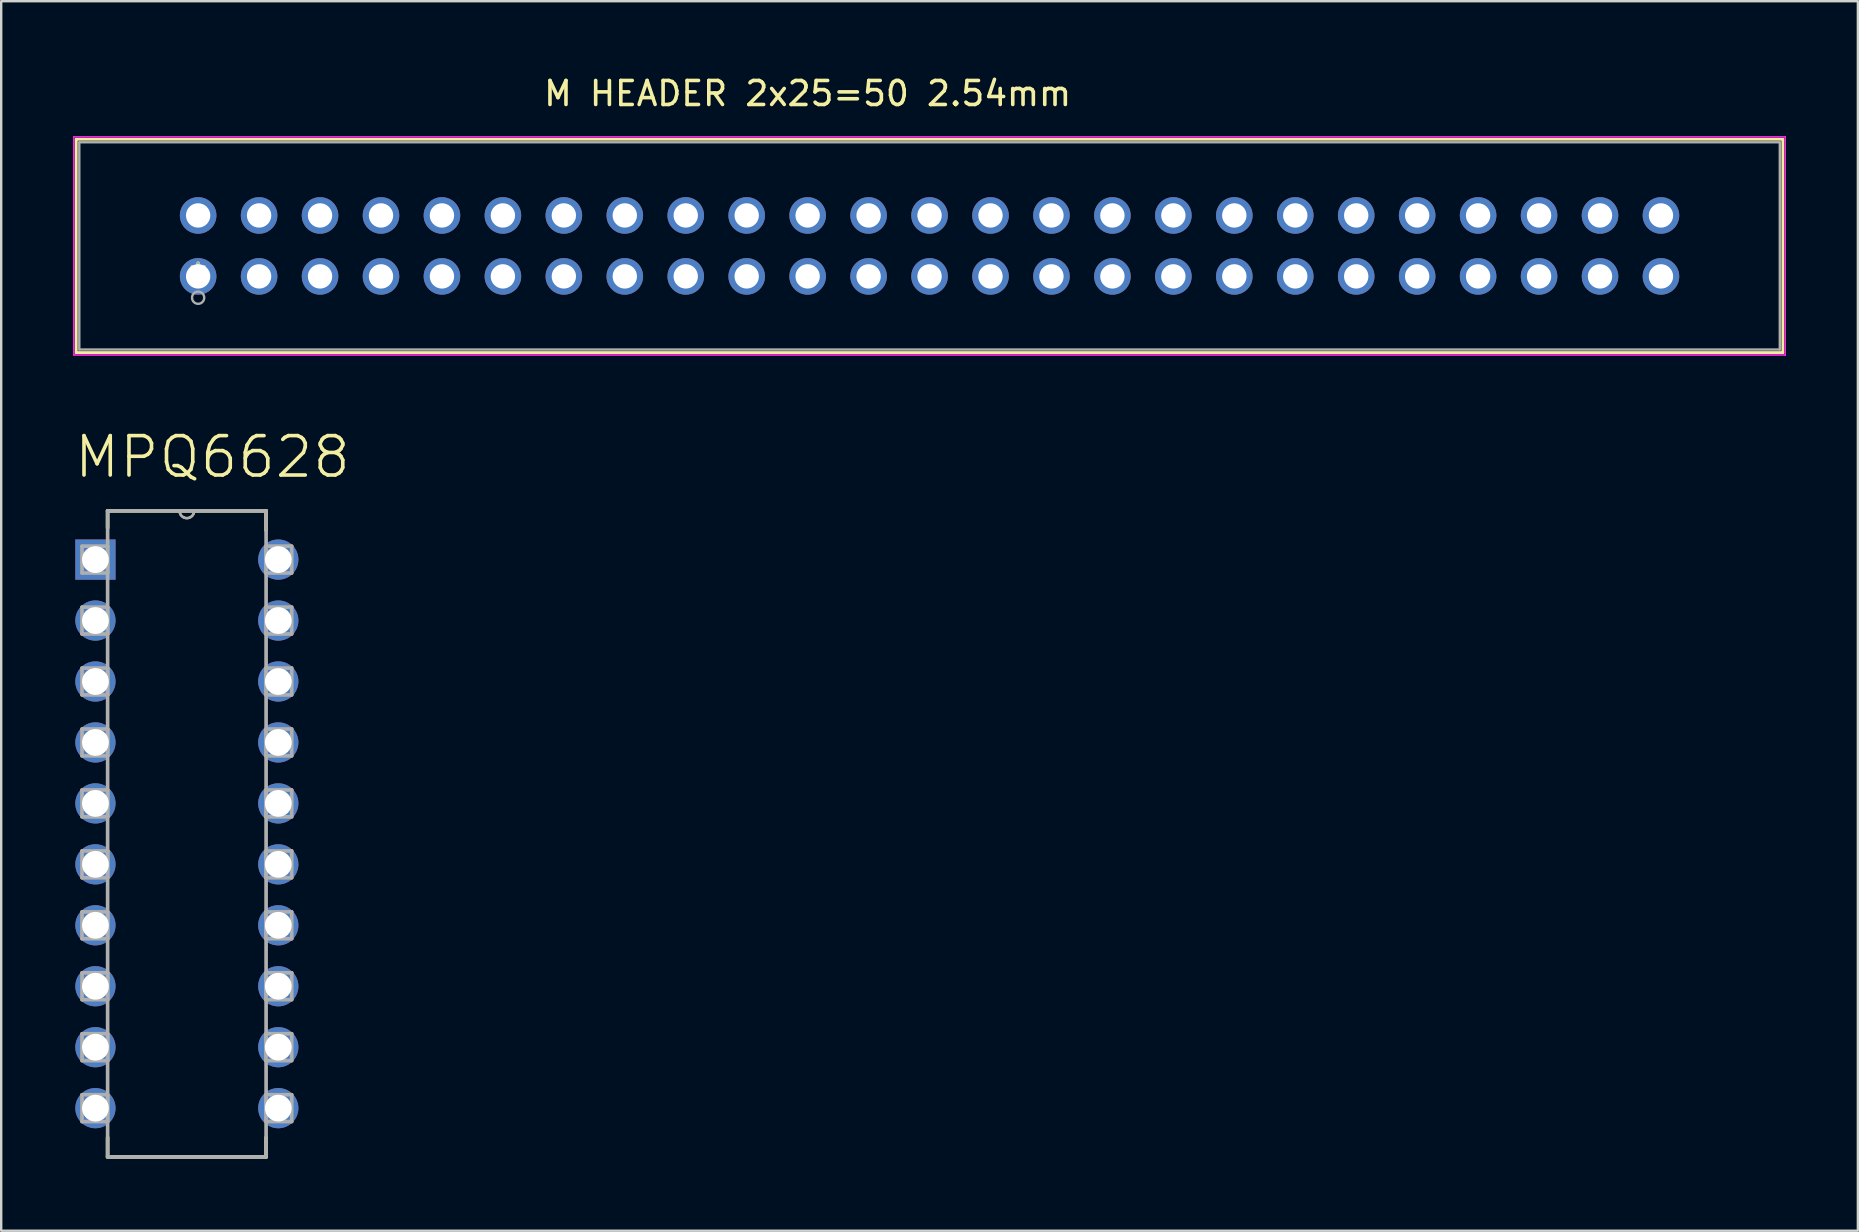
<source format=kicad_pcb>
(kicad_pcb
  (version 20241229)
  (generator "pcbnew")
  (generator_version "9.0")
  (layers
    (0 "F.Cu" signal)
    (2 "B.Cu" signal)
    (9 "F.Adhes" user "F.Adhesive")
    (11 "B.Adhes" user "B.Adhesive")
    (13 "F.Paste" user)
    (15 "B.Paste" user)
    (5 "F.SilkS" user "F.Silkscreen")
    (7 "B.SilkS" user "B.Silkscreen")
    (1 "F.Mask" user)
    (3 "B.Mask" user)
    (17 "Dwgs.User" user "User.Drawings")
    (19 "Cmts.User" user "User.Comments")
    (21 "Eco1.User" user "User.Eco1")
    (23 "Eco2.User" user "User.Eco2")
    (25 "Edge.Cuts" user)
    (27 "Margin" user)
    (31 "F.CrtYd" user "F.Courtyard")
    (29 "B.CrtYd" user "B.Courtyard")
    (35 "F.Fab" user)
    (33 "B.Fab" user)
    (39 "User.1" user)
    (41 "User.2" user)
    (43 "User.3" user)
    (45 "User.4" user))
  (footprint "M HEADER 2x25=50 2.54mm"
    (layer "F.Cu")
    (at 5.207 8.468)
    (property "Reference" "M HEADER 2x25=50 2.54mm" (at 25.4 -7.62 0) (layer "F.SilkS") (effects (font (size 1 1) (thickness 0.15))))
    (attr through_hole)
    (fp_line (start -5.08 -5.715) (end -5.08 3.175) (stroke (width 0.12) (type solid)) (layer "F.SilkS"))
    (fp_line (start -5.08 3.175) (end 66.04 3.175) (stroke (width 0.12) (type solid)) (layer "F.SilkS"))
    (fp_line (start 66.04 -5.715) (end -5.08 -5.715) (stroke (width 0.12) (type solid)) (layer "F.SilkS"))
    (fp_line (start 66.04 3.175) (end 66.04 -5.715) (stroke (width 0.12) (type solid)) (layer "F.SilkS"))
    (fp_line (start -5.182 -5.817) (end -5.182 3.277) (stroke (width 0.05) (type solid)) (layer "F.CrtYd"))
    (fp_line (start -5.182 -5.817) (end -5.182 3.277) (stroke (width 0.05) (type solid)) (layer "F.CrtYd"))
    (fp_line (start -5.182 3.277) (end 66.142 3.277) (stroke (width 0.05) (type solid)) (layer "F.CrtYd"))
    (fp_line (start -5.182 3.277) (end 66.142 3.277) (stroke (width 0.05) (type solid)) (layer "F.CrtYd"))
    (fp_line (start 66.142 -5.817) (end -5.182 -5.817) (stroke (width 0.05) (type solid)) (layer "F.CrtYd"))
    (fp_line (start 66.142 -5.817) (end -5.182 -5.817) (stroke (width 0.05) (type solid)) (layer "F.CrtYd"))
    (fp_line (start 66.142 3.277) (end 66.142 -5.817) (stroke (width 0.05) (type solid)) (layer "F.CrtYd"))
    (fp_line (start 66.142 3.277) (end 66.142 -5.817) (stroke (width 0.05) (type solid)) (layer "F.CrtYd"))
    (fp_line (start -4.953 -5.588) (end -4.953 3.048) (stroke (width 0.1) (type solid)) (layer "F.Fab"))
    (fp_line (start -4.953 3.048) (end 65.913 3.048) (stroke (width 0.1) (type solid)) (layer "F.Fab"))
    (fp_line (start 65.913 -5.588) (end -4.953 -5.588) (stroke (width 0.1) (type solid)) (layer "F.Fab"))
    (fp_line (start 65.913 3.048) (end 65.913 -5.588) (stroke (width 0.1) (type solid)) (layer "F.Fab"))
    (fp_circle (center 0 0.889) (end 0.254 0.889) (stroke (width 0.1) (type solid)) (fill no) (layer "F.Fab"))
    (fp_text user "*" (at 0 0 0) (layer "F.SilkS") (effects (font (size 1 1) (thickness 0.15))))
    (fp_text user "*" (at 0 0 0) (layer "F.Fab") (effects (font (size 1 1) (thickness 0.15))))
    (pad "1" thru_hole circle (at 0 0) (size 1.524 1.524) (drill 1.016) (layers "*.Cu" "*.Mask"))
    (pad "2" thru_hole circle (at 0 -2.54) (size 1.524 1.524) (drill 1.016) (layers "*.Cu" "*.Mask"))
    (pad "3" thru_hole circle (at 2.54 0) (size 1.524 1.524) (drill 1.016) (layers "*.Cu" "*.Mask"))
    (pad "4" thru_hole circle (at 2.54 -2.54) (size 1.524 1.524) (drill 1.016) (layers "*.Cu" "*.Mask"))
    (pad "5" thru_hole circle (at 5.08 0) (size 1.524 1.524) (drill 1.016) (layers "*.Cu" "*.Mask"))
    (pad "6" thru_hole circle (at 5.08 -2.54) (size 1.524 1.524) (drill 1.016) (layers "*.Cu" "*.Mask"))
    (pad "7" thru_hole circle (at 7.62 0) (size 1.524 1.524) (drill 1.016) (layers "*.Cu" "*.Mask"))
    (pad "8" thru_hole circle (at 7.62 -2.54) (size 1.524 1.524) (drill 1.016) (layers "*.Cu" "*.Mask"))
    (pad "9" thru_hole circle (at 10.16 0) (size 1.524 1.524) (drill 1.016) (layers "*.Cu" "*.Mask"))
    (pad "10" thru_hole circle (at 10.16 -2.54) (size 1.524 1.524) (drill 1.016) (layers "*.Cu" "*.Mask"))
    (pad "11" thru_hole circle (at 12.7 0) (size 1.524 1.524) (drill 1.016) (layers "*.Cu" "*.Mask"))
    (pad "12" thru_hole circle (at 12.7 -2.54) (size 1.524 1.524) (drill 1.016) (layers "*.Cu" "*.Mask"))
    (pad "13" thru_hole circle (at 15.24 0) (size 1.524 1.524) (drill 1.016) (layers "*.Cu" "*.Mask"))
    (pad "14" thru_hole circle (at 15.24 -2.54) (size 1.524 1.524) (drill 1.016) (layers "*.Cu" "*.Mask"))
    (pad "15" thru_hole circle (at 17.78 0) (size 1.524 1.524) (drill 1.016) (layers "*.Cu" "*.Mask"))
    (pad "16" thru_hole circle (at 17.78 -2.54) (size 1.524 1.524) (drill 1.016) (layers "*.Cu" "*.Mask"))
    (pad "17" thru_hole circle (at 20.32 0) (size 1.524 1.524) (drill 1.016) (layers "*.Cu" "*.Mask"))
    (pad "18" thru_hole circle (at 20.32 -2.54) (size 1.524 1.524) (drill 1.016) (layers "*.Cu" "*.Mask"))
    (pad "19" thru_hole circle (at 22.86 0) (size 1.524 1.524) (drill 1.016) (layers "*.Cu" "*.Mask"))
    (pad "20" thru_hole circle (at 22.86 -2.54) (size 1.524 1.524) (drill 1.016) (layers "*.Cu" "*.Mask"))
    (pad "21" thru_hole circle (at 25.4 0) (size 1.524 1.524) (drill 1.016) (layers "*.Cu" "*.Mask"))
    (pad "22" thru_hole circle (at 25.4 -2.54) (size 1.524 1.524) (drill 1.016) (layers "*.Cu" "*.Mask"))
    (pad "23" thru_hole circle (at 27.94 0) (size 1.524 1.524) (drill 1.016) (layers "*.Cu" "*.Mask"))
    (pad "24" thru_hole circle (at 27.94 -2.54) (size 1.524 1.524) (drill 1.016) (layers "*.Cu" "*.Mask"))
    (pad "25" thru_hole circle (at 30.48 0) (size 1.524 1.524) (drill 1.016) (layers "*.Cu" "*.Mask"))
    (pad "26" thru_hole circle (at 30.48 -2.54) (size 1.524 1.524) (drill 1.016) (layers "*.Cu" "*.Mask"))
    (pad "27" thru_hole circle (at 33.02 0) (size 1.524 1.524) (drill 1.016) (layers "*.Cu" "*.Mask"))
    (pad "28" thru_hole circle (at 33.02 -2.54) (size 1.524 1.524) (drill 1.016) (layers "*.Cu" "*.Mask"))
    (pad "29" thru_hole circle (at 35.56 0) (size 1.524 1.524) (drill 1.016) (layers "*.Cu" "*.Mask"))
    (pad "30" thru_hole circle (at 35.56 -2.54) (size 1.524 1.524) (drill 1.016) (layers "*.Cu" "*.Mask"))
    (pad "31" thru_hole circle (at 38.1 0) (size 1.524 1.524) (drill 1.016) (layers "*.Cu" "*.Mask"))
    (pad "32" thru_hole circle (at 38.1 -2.54) (size 1.524 1.524) (drill 1.016) (layers "*.Cu" "*.Mask"))
    (pad "33" thru_hole circle (at 40.64 0) (size 1.524 1.524) (drill 1.016) (layers "*.Cu" "*.Mask"))
    (pad "34" thru_hole circle (at 40.64 -2.54) (size 1.524 1.524) (drill 1.016) (layers "*.Cu" "*.Mask"))
    (pad "35" thru_hole circle (at 43.18 0) (size 1.524 1.524) (drill 1.016) (layers "*.Cu" "*.Mask"))
    (pad "36" thru_hole circle (at 43.18 -2.54) (size 1.524 1.524) (drill 1.016) (layers "*.Cu" "*.Mask"))
    (pad "37" thru_hole circle (at 45.72 0) (size 1.524 1.524) (drill 1.016) (layers "*.Cu" "*.Mask"))
    (pad "38" thru_hole circle (at 45.72 -2.54) (size 1.524 1.524) (drill 1.016) (layers "*.Cu" "*.Mask"))
    (pad "39" thru_hole circle (at 48.26 0) (size 1.524 1.524) (drill 1.016) (layers "*.Cu" "*.Mask"))
    (pad "40" thru_hole circle (at 48.26 -2.54) (size 1.524 1.524) (drill 1.016) (layers "*.Cu" "*.Mask"))
    (pad "41" thru_hole circle (at 50.8 0) (size 1.524 1.524) (drill 1.016) (layers "*.Cu" "*.Mask"))
    (pad "42" thru_hole circle (at 50.8 -2.54) (size 1.524 1.524) (drill 1.016) (layers "*.Cu" "*.Mask"))
    (pad "43" thru_hole circle (at 53.34 0) (size 1.524 1.524) (drill 1.016) (layers "*.Cu" "*.Mask"))
    (pad "44" thru_hole circle (at 53.34 -2.54) (size 1.524 1.524) (drill 1.016) (layers "*.Cu" "*.Mask"))
    (pad "45" thru_hole circle (at 55.88 0) (size 1.524 1.524) (drill 1.016) (layers "*.Cu" "*.Mask"))
    (pad "46" thru_hole circle (at 55.88 -2.54) (size 1.524 1.524) (drill 1.016) (layers "*.Cu" "*.Mask"))
    (pad "47" thru_hole circle (at 58.42 0) (size 1.524 1.524) (drill 1.016) (layers "*.Cu" "*.Mask"))
    (pad "48" thru_hole circle (at 58.42 -2.54) (size 1.524 1.524) (drill 1.016) (layers "*.Cu" "*.Mask"))
    (pad "49" thru_hole circle (at 60.96 0) (size 1.524 1.524) (drill 1.016) (layers "*.Cu" "*.Mask"))
    (pad "50" thru_hole circle (at 60.96 -2.54) (size 1.524 1.524) (drill 1.016) (layers "*.Cu" "*.Mask")))
  (footprint "MPQ6628"
    (layer "F.Cu")
    (at 8.547 43.13)
    (property "Reference" "MPQ6628" (at -2.744 -27.137 0) (layer "F.SilkS") (effects (font (size 1.641 1.641) (thickness 0.15))))
    (attr through_hole)
    (fp_line (start -7.112 -24.892) (end -7.112 -24.181) (stroke (width 0.152) (type solid)) (layer "F.SilkS"))
    (fp_line (start -7.112 1.219) (end -7.112 2.032) (stroke (width 0.152) (type solid)) (layer "F.SilkS"))
    (fp_line (start -7.112 2.032) (end -0.508 2.032) (stroke (width 0.152) (type solid)) (layer "F.SilkS"))
    (fp_line (start -4.115 -24.892) (end -7.112 -24.892) (stroke (width 0.152) (type solid)) (layer "F.SilkS"))
    (fp_line (start -3.505 -24.892) (end -4.115 -24.892) (stroke (width 0.152) (type solid)) (layer "F.SilkS"))
    (fp_line (start -0.508 -24.892) (end -3.505 -24.892) (stroke (width 0.152) (type solid)) (layer "F.SilkS"))
    (fp_line (start -0.508 -24.079) (end -0.508 -24.892) (stroke (width 0.152) (type solid)) (layer "F.SilkS"))
    (fp_line (start -0.508 2.032) (end -0.508 1.219) (stroke (width 0.152) (type solid)) (layer "F.SilkS"))
    (fp_arc (start -3.5052 -24.892) (mid -3.81 -24.5872) (end -4.1148 -24.892) (stroke (width 0.1) (type solid)) (layer "F.SilkS"))
    (fp_line (start -8.179 -23.419) (end -8.179 -22.301) (stroke (width 0.152) (type solid)) (layer "F.Fab"))
    (fp_line (start -8.179 -22.301) (end -7.112 -22.301) (stroke (width 0.152) (type solid)) (layer "F.Fab"))
    (fp_line (start -8.179 -20.879) (end -8.179 -19.761) (stroke (width 0.152) (type solid)) (layer "F.Fab"))
    (fp_line (start -8.179 -19.761) (end -7.112 -19.761) (stroke (width 0.152) (type solid)) (layer "F.Fab"))
    (fp_line (start -8.179 -18.339) (end -8.179 -17.221) (stroke (width 0.152) (type solid)) (layer "F.Fab"))
    (fp_line (start -8.179 -17.221) (end -7.112 -17.221) (stroke (width 0.152) (type solid)) (layer "F.Fab"))
    (fp_line (start -8.179 -15.799) (end -8.179 -14.681) (stroke (width 0.152) (type solid)) (layer "F.Fab"))
    (fp_line (start -8.179 -14.681) (end -7.112 -14.681) (stroke (width 0.152) (type solid)) (layer "F.Fab"))
    (fp_line (start -8.179 -13.259) (end -8.179 -12.141) (stroke (width 0.152) (type solid)) (layer "F.Fab"))
    (fp_line (start -8.179 -12.141) (end -7.112 -12.141) (stroke (width 0.152) (type solid)) (layer "F.Fab"))
    (fp_line (start -8.179 -10.719) (end -8.179 -9.601) (stroke (width 0.152) (type solid)) (layer "F.Fab"))
    (fp_line (start -8.179 -9.601) (end -7.112 -9.601) (stroke (width 0.152) (type solid)) (layer "F.Fab"))
    (fp_line (start -8.179 -8.179) (end -8.179 -7.061) (stroke (width 0.152) (type solid)) (layer "F.Fab"))
    (fp_line (start -8.179 -7.061) (end -7.112 -7.061) (stroke (width 0.152) (type solid)) (layer "F.Fab"))
    (fp_line (start -8.179 -5.639) (end -8.179 -4.521) (stroke (width 0.152) (type solid)) (layer "F.Fab"))
    (fp_line (start -8.179 -4.521) (end -7.112 -4.521) (stroke (width 0.152) (type solid)) (layer "F.Fab"))
    (fp_line (start -8.179 -3.099) (end -8.179 -1.981) (stroke (width 0.152) (type solid)) (layer "F.Fab"))
    (fp_line (start -8.179 -1.981) (end -7.112 -1.981) (stroke (width 0.152) (type solid)) (layer "F.Fab"))
    (fp_line (start -8.179 -0.559) (end -8.179 0.559) (stroke (width 0.152) (type solid)) (layer "F.Fab"))
    (fp_line (start -8.179 0.559) (end -7.112 0.559) (stroke (width 0.152) (type solid)) (layer "F.Fab"))
    (fp_line (start -7.112 -24.892) (end -7.112 2.032) (stroke (width 0.152) (type solid)) (layer "F.Fab"))
    (fp_line (start -7.112 -23.419) (end -8.179 -23.419) (stroke (width 0.152) (type solid)) (layer "F.Fab"))
    (fp_line (start -7.112 -22.301) (end -7.112 -23.419) (stroke (width 0.152) (type solid)) (layer "F.Fab"))
    (fp_line (start -7.112 -20.879) (end -8.179 -20.879) (stroke (width 0.152) (type solid)) (layer "F.Fab"))
    (fp_line (start -7.112 -19.761) (end -7.112 -20.879) (stroke (width 0.152) (type solid)) (layer "F.Fab"))
    (fp_line (start -7.112 -18.339) (end -8.179 -18.339) (stroke (width 0.152) (type solid)) (layer "F.Fab"))
    (fp_line (start -7.112 -17.221) (end -7.112 -18.339) (stroke (width 0.152) (type solid)) (layer "F.Fab"))
    (fp_line (start -7.112 -15.799) (end -8.179 -15.799) (stroke (width 0.152) (type solid)) (layer "F.Fab"))
    (fp_line (start -7.112 -14.681) (end -7.112 -15.799) (stroke (width 0.152) (type solid)) (layer "F.Fab"))
    (fp_line (start -7.112 -13.259) (end -8.179 -13.259) (stroke (width 0.152) (type solid)) (layer "F.Fab"))
    (fp_line (start -7.112 -12.141) (end -7.112 -13.259) (stroke (width 0.152) (type solid)) (layer "F.Fab"))
    (fp_line (start -7.112 -10.719) (end -8.179 -10.719) (stroke (width 0.152) (type solid)) (layer "F.Fab"))
    (fp_line (start -7.112 -9.601) (end -7.112 -10.719) (stroke (width 0.152) (type solid)) (layer "F.Fab"))
    (fp_line (start -7.112 -8.179) (end -8.179 -8.179) (stroke (width 0.152) (type solid)) (layer "F.Fab"))
    (fp_line (start -7.112 -7.061) (end -7.112 -8.179) (stroke (width 0.152) (type solid)) (layer "F.Fab"))
    (fp_line (start -7.112 -5.639) (end -8.179 -5.639) (stroke (width 0.152) (type solid)) (layer "F.Fab"))
    (fp_line (start -7.112 -4.521) (end -7.112 -5.639) (stroke (width 0.152) (type solid)) (layer "F.Fab"))
    (fp_line (start -7.112 -3.099) (end -8.179 -3.099) (stroke (width 0.152) (type solid)) (layer "F.Fab"))
    (fp_line (start -7.112 -1.981) (end -7.112 -3.099) (stroke (width 0.152) (type solid)) (layer "F.Fab"))
    (fp_line (start -7.112 -0.559) (end -8.179 -0.559) (stroke (width 0.152) (type solid)) (layer "F.Fab"))
    (fp_line (start -7.112 0.559) (end -7.112 -0.559) (stroke (width 0.152) (type solid)) (layer "F.Fab"))
    (fp_line (start -7.112 2.032) (end -0.508 2.032) (stroke (width 0.152) (type solid)) (layer "F.Fab"))
    (fp_line (start -4.115 -24.892) (end -7.112 -24.892) (stroke (width 0.152) (type solid)) (layer "F.Fab"))
    (fp_line (start -3.505 -24.892) (end -4.115 -24.892) (stroke (width 0.152) (type solid)) (layer "F.Fab"))
    (fp_line (start -0.508 -24.892) (end -3.505 -24.892) (stroke (width 0.152) (type solid)) (layer "F.Fab"))
    (fp_line (start -0.508 -23.419) (end -0.508 -22.301) (stroke (width 0.152) (type solid)) (layer "F.Fab"))
    (fp_line (start -0.508 -22.301) (end 0.559 -22.301) (stroke (width 0.152) (type solid)) (layer "F.Fab"))
    (fp_line (start -0.508 -20.879) (end -0.508 -19.761) (stroke (width 0.152) (type solid)) (layer "F.Fab"))
    (fp_line (start -0.508 -19.761) (end 0.559 -19.761) (stroke (width 0.152) (type solid)) (layer "F.Fab"))
    (fp_line (start -0.508 -18.339) (end -0.508 -17.221) (stroke (width 0.152) (type solid)) (layer "F.Fab"))
    (fp_line (start -0.508 -17.221) (end 0.559 -17.221) (stroke (width 0.152) (type solid)) (layer "F.Fab"))
    (fp_line (start -0.508 -15.799) (end -0.508 -14.681) (stroke (width 0.152) (type solid)) (layer "F.Fab"))
    (fp_line (start -0.508 -14.681) (end 0.559 -14.681) (stroke (width 0.152) (type solid)) (layer "F.Fab"))
    (fp_line (start -0.508 -13.259) (end -0.508 -12.141) (stroke (width 0.152) (type solid)) (layer "F.Fab"))
    (fp_line (start -0.508 -12.141) (end 0.559 -12.141) (stroke (width 0.152) (type solid)) (layer "F.Fab"))
    (fp_line (start -0.508 -10.719) (end -0.508 -9.601) (stroke (width 0.152) (type solid)) (layer "F.Fab"))
    (fp_line (start -0.508 -9.601) (end 0.559 -9.601) (stroke (width 0.152) (type solid)) (layer "F.Fab"))
    (fp_line (start -0.508 -8.179) (end -0.508 -7.061) (stroke (width 0.152) (type solid)) (layer "F.Fab"))
    (fp_line (start -0.508 -7.061) (end 0.559 -7.061) (stroke (width 0.152) (type solid)) (layer "F.Fab"))
    (fp_line (start -0.508 -5.639) (end -0.508 -4.521) (stroke (width 0.152) (type solid)) (layer "F.Fab"))
    (fp_line (start -0.508 -4.521) (end 0.559 -4.521) (stroke (width 0.152) (type solid)) (layer "F.Fab"))
    (fp_line (start -0.508 -3.099) (end -0.508 -1.981) (stroke (width 0.152) (type solid)) (layer "F.Fab"))
    (fp_line (start -0.508 -1.981) (end 0.559 -1.981) (stroke (width 0.152) (type solid)) (layer "F.Fab"))
    (fp_line (start -0.508 -0.559) (end -0.508 0.559) (stroke (width 0.152) (type solid)) (layer "F.Fab"))
    (fp_line (start -0.508 0.559) (end 0.559 0.559) (stroke (width 0.152) (type solid)) (layer "F.Fab"))
    (fp_line (start -0.508 2.032) (end -0.508 -24.892) (stroke (width 0.152) (type solid)) (layer "F.Fab"))
    (fp_line (start 0.559 -23.419) (end -0.508 -23.419) (stroke (width 0.152) (type solid)) (layer "F.Fab"))
    (fp_line (start 0.559 -22.301) (end 0.559 -23.419) (stroke (width 0.152) (type solid)) (layer "F.Fab"))
    (fp_line (start 0.559 -20.879) (end -0.508 -20.879) (stroke (width 0.152) (type solid)) (layer "F.Fab"))
    (fp_line (start 0.559 -19.761) (end 0.559 -20.879) (stroke (width 0.152) (type solid)) (layer "F.Fab"))
    (fp_line (start 0.559 -18.339) (end -0.508 -18.339) (stroke (width 0.152) (type solid)) (layer "F.Fab"))
    (fp_line (start 0.559 -17.221) (end 0.559 -18.339) (stroke (width 0.152) (type solid)) (layer "F.Fab"))
    (fp_line (start 0.559 -15.799) (end -0.508 -15.799) (stroke (width 0.152) (type solid)) (layer "F.Fab"))
    (fp_line (start 0.559 -14.681) (end 0.559 -15.799) (stroke (width 0.152) (type solid)) (layer "F.Fab"))
    (fp_line (start 0.559 -13.259) (end -0.508 -13.259) (stroke (width 0.152) (type solid)) (layer "F.Fab"))
    (fp_line (start 0.559 -12.141) (end 0.559 -13.259) (stroke (width 0.152) (type solid)) (layer "F.Fab"))
    (fp_line (start 0.559 -10.719) (end -0.508 -10.719) (stroke (width 0.152) (type solid)) (layer "F.Fab"))
    (fp_line (start 0.559 -9.601) (end 0.559 -10.719) (stroke (width 0.152) (type solid)) (layer "F.Fab"))
    (fp_line (start 0.559 -8.179) (end -0.508 -8.179) (stroke (width 0.152) (type solid)) (layer "F.Fab"))
    (fp_line (start 0.559 -7.061) (end 0.559 -8.179) (stroke (width 0.152) (type solid)) (layer "F.Fab"))
    (fp_line (start 0.559 -5.639) (end -0.508 -5.639) (stroke (width 0.152) (type solid)) (layer "F.Fab"))
    (fp_line (start 0.559 -4.521) (end 0.559 -5.639) (stroke (width 0.152) (type solid)) (layer "F.Fab"))
    (fp_line (start 0.559 -3.099) (end -0.508 -3.099) (stroke (width 0.152) (type solid)) (layer "F.Fab"))
    (fp_line (start 0.559 -1.981) (end 0.559 -3.099) (stroke (width 0.152) (type solid)) (layer "F.Fab"))
    (fp_line (start 0.559 -0.559) (end -0.508 -0.559) (stroke (width 0.152) (type solid)) (layer "F.Fab"))
    (fp_line (start 0.559 0.559) (end 0.559 -0.559) (stroke (width 0.152) (type solid)) (layer "F.Fab"))
    (fp_arc (start -3.5052 -24.892) (mid -3.81 -24.5872) (end -4.1148 -24.892) (stroke (width 0.1) (type solid)) (layer "F.Fab"))
    (pad "1" thru_hole rect (at -7.62 -22.86) (size 1.676 1.676) (drill 1.118) (layers "*.Cu" "*.Mask"))
    (pad "2" thru_hole circle (at -7.62 -20.32) (size 1.676 1.676) (drill 1.118) (layers "*.Cu" "*.Mask"))
    (pad "3" thru_hole circle (at -7.62 -17.78) (size 1.676 1.676) (drill 1.118) (layers "*.Cu" "*.Mask"))
    (pad "4" thru_hole circle (at -7.62 -15.24) (size 1.676 1.676) (drill 1.118) (layers "*.Cu" "*.Mask"))
    (pad "5" thru_hole circle (at -7.62 -12.7) (size 1.676 1.676) (drill 1.118) (layers "*.Cu" "*.Mask"))
    (pad "6" thru_hole circle (at -7.62 -10.16) (size 1.676 1.676) (drill 1.118) (layers "*.Cu" "*.Mask"))
    (pad "7" thru_hole circle (at -7.62 -7.62) (size 1.676 1.676) (drill 1.118) (layers "*.Cu" "*.Mask"))
    (pad "8" thru_hole circle (at -7.62 -5.08) (size 1.676 1.676) (drill 1.118) (layers "*.Cu" "*.Mask"))
    (pad "9" thru_hole circle (at -7.62 -2.54) (size 1.676 1.676) (drill 1.118) (layers "*.Cu" "*.Mask"))
    (pad "10" thru_hole circle (at -7.62 0) (size 1.676 1.676) (drill 1.118) (layers "*.Cu" "*.Mask"))
    (pad "11" thru_hole circle (at 0 0) (size 1.676 1.676) (drill 1.118) (layers "*.Cu" "*.Mask"))
    (pad "12" thru_hole circle (at 0 -2.54) (size 1.676 1.676) (drill 1.118) (layers "*.Cu" "*.Mask"))
    (pad "13" thru_hole circle (at 0 -5.08) (size 1.676 1.676) (drill 1.118) (layers "*.Cu" "*.Mask"))
    (pad "14" thru_hole circle (at 0 -7.62) (size 1.676 1.676) (drill 1.118) (layers "*.Cu" "*.Mask"))
    (pad "15" thru_hole circle (at 0 -10.16) (size 1.676 1.676) (drill 1.118) (layers "*.Cu" "*.Mask"))
    (pad "16" thru_hole circle (at 0 -12.7) (size 1.676 1.676) (drill 1.118) (layers "*.Cu" "*.Mask"))
    (pad "17" thru_hole circle (at 0 -15.24) (size 1.676 1.676) (drill 1.118) (layers "*.Cu" "*.Mask"))
    (pad "18" thru_hole circle (at 0 -17.78) (size 1.676 1.676) (drill 1.118) (layers "*.Cu" "*.Mask"))
    (pad "19" thru_hole circle (at 0 -20.32) (size 1.676 1.676) (drill 1.118) (layers "*.Cu" "*.Mask"))
    (pad "20" thru_hole circle (at 0 -22.86) (size 1.676 1.676) (drill 1.118) (layers "*.Cu" "*.Mask")))
  (gr_rect
    (start -3 -3)
    (end 74.373 48.238)
    (stroke (width 0.1) (type default))
    (fill no)
    (layer "Edge.Cuts")))
</source>
